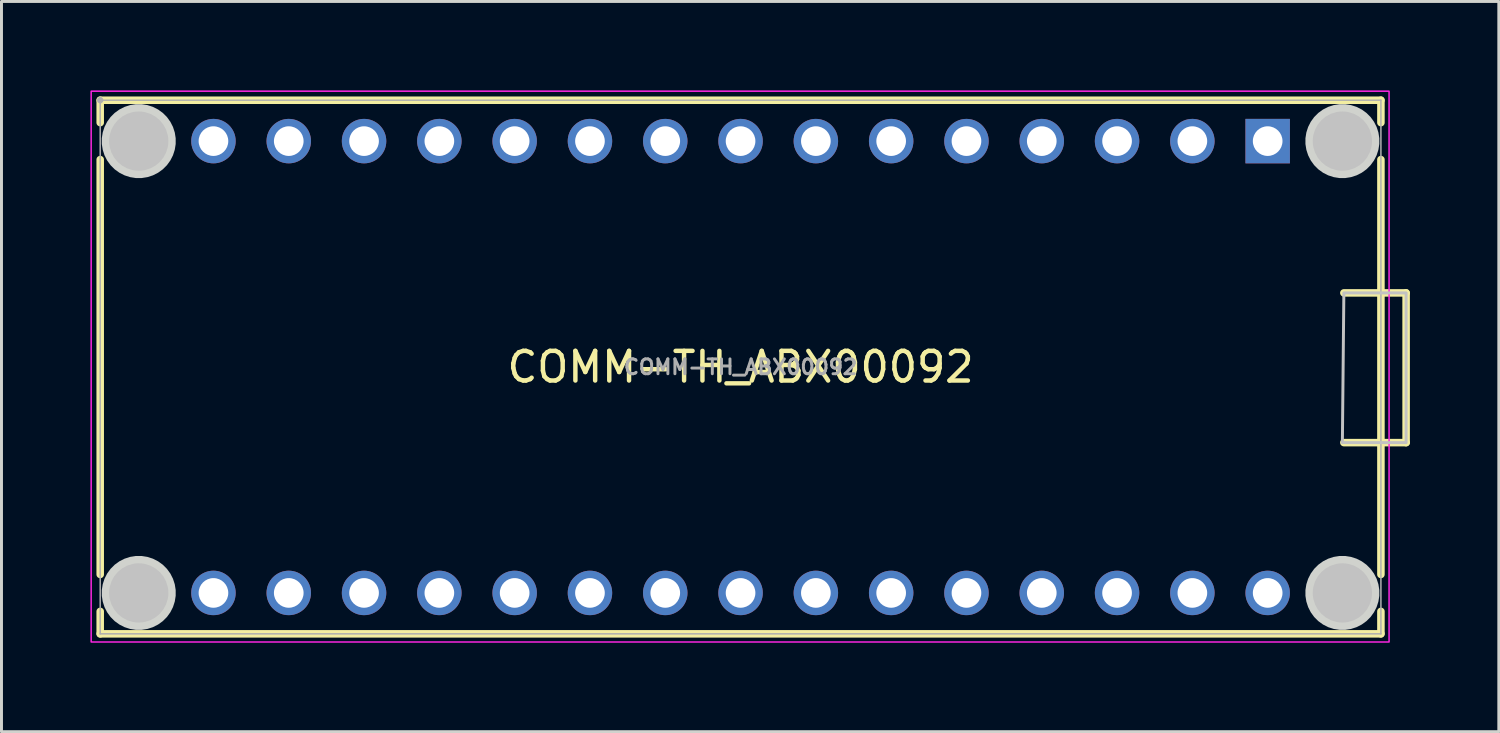
<source format=kicad_pcb>
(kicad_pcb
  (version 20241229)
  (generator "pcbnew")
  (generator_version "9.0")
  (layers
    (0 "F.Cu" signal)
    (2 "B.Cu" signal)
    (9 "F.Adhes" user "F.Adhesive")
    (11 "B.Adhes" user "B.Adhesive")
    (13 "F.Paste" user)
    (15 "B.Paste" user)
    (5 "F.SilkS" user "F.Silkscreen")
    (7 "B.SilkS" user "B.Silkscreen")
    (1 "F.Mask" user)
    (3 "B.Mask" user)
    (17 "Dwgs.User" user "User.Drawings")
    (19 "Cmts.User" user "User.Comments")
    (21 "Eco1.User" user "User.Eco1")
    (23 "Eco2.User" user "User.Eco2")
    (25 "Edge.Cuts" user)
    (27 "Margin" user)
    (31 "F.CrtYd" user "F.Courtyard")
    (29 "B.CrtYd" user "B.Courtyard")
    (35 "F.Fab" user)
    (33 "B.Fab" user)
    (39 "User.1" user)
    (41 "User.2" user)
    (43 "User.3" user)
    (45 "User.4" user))
  (footprint "COMM-TH_ABX00092"
    (layer "F.Cu")
    (at 21.93 9.33)
    (property "Reference" "COMM-TH_ABX00092" (at 0 0 0) (layer "F.SilkS") (effects (font (size 1 1) (thickness 0.15))))
    (fp_line (start -21.6 -9) (end -21.6 -8.243) (stroke (width 0.254) (type default)) (layer "F.SilkS"))
    (fp_line (start -21.6 -6.997) (end -21.6 6.997) (stroke (width 0.254) (type default)) (layer "F.SilkS"))
    (fp_line (start -21.6 8.243) (end -21.6 9) (stroke (width 0.254) (type default)) (layer "F.SilkS"))
    (fp_line (start -21.6 9) (end 21.6 9) (stroke (width 0.254) (type default)) (layer "F.SilkS"))
    (fp_line (start 20.35 -2.5) (end 22.45 -2.5) (stroke (width 0.254) (type default)) (layer "F.SilkS"))
    (fp_line (start 21.6 -9) (end -21.6 -9) (stroke (width 0.254) (type default)) (layer "F.SilkS"))
    (fp_line (start 21.6 -8.243) (end 21.6 -9) (stroke (width 0.254) (type default)) (layer "F.SilkS"))
    (fp_line (start 21.6 6.997) (end 21.6 -6.997) (stroke (width 0.254) (type default)) (layer "F.SilkS"))
    (fp_line (start 21.6 9) (end 21.6 8.243) (stroke (width 0.254) (type default)) (layer "F.SilkS"))
    (fp_line (start 22.45 -2.5) (end 22.45 2.55) (stroke (width 0.254) (type default)) (layer "F.SilkS"))
    (fp_line (start 22.45 2.55) (end 20.35 2.55) (stroke (width 0.254) (type default)) (layer "F.SilkS"))
    (fp_circle (center -20.3 -7.62) (end -19.8 -7.62) (stroke (width 1) (type default)) (fill no) (layer "Dwgs.User"))
    (fp_circle (center -20.3 7.62) (end -19.8 7.62) (stroke (width 1) (type default)) (fill no) (layer "Dwgs.User"))
    (fp_circle (center 20.3 -7.62) (end 20.8 -7.62) (stroke (width 1) (type default)) (fill no) (layer "Dwgs.User"))
    (fp_circle (center 20.3 7.62) (end 20.8 7.62) (stroke (width 1) (type default)) (fill no) (layer "Dwgs.User"))
    (fp_poly (pts (xy 20.35 -2.5) (xy 22.45 -2.5) (xy 22.45 2.55) (xy 20.3 2.55)) (stroke (width 0.1) (type default)) (fill no) (layer "Dwgs.User"))
    (fp_poly (pts (xy -19.054 -7.718) (xy -19.085 -7.912) (xy -19.145 -8.098) (xy -19.234 -8.273) (xy -19.349 -8.432) (xy -19.488 -8.571) (xy -19.647 -8.686) (xy -19.822 -8.775) (xy -20.008 -8.835) (xy -20.202 -8.866) (xy -20.398 -8.866) (xy -20.592 -8.835) (xy -20.778 -8.775) (xy -20.953 -8.686) (xy -21.112 -8.571) (xy -21.251 -8.432) (xy -21.366 -8.273) (xy -21.455 -8.098) (xy -21.515 -7.912) (xy -21.546 -7.718) (xy -21.546 -7.522) (xy -21.515 -7.328) (xy -21.455 -7.142) (xy -21.366 -6.967) (xy -21.251 -6.808) (xy -21.112 -6.669) (xy -20.953 -6.554) (xy -20.778 -6.465) (xy -20.592 -6.405) (xy -20.398 -6.374) (xy -20.202 -6.374) (xy -20.008 -6.405) (xy -19.822 -6.465) (xy -19.647 -6.554) (xy -19.488 -6.669) (xy -19.349 -6.808) (xy -19.234 -6.967) (xy -19.145 -7.142) (xy -19.085 -7.328) (xy -19.054 -7.522)) (stroke (width 0) (type default)) (fill yes) (layer "Edge.Cuts"))
    (fp_poly (pts (xy -19.054 7.522) (xy -19.085 7.328) (xy -19.145 7.142) (xy -19.234 6.967) (xy -19.349 6.808) (xy -19.488 6.669) (xy -19.647 6.554) (xy -19.822 6.465) (xy -20.008 6.405) (xy -20.202 6.374) (xy -20.398 6.374) (xy -20.592 6.405) (xy -20.778 6.465) (xy -20.953 6.554) (xy -21.112 6.669) (xy -21.251 6.808) (xy -21.366 6.967) (xy -21.455 7.142) (xy -21.515 7.328) (xy -21.546 7.522) (xy -21.546 7.718) (xy -21.515 7.912) (xy -21.455 8.098) (xy -21.366 8.273) (xy -21.251 8.432) (xy -21.112 8.571) (xy -20.953 8.686) (xy -20.778 8.775) (xy -20.592 8.835) (xy -20.398 8.866) (xy -20.202 8.866) (xy -20.008 8.835) (xy -19.822 8.775) (xy -19.647 8.686) (xy -19.488 8.571) (xy -19.349 8.432) (xy -19.234 8.273) (xy -19.145 8.098) (xy -19.085 7.912) (xy -19.054 7.718)) (stroke (width 0) (type default)) (fill yes) (layer "Edge.Cuts"))
    (fp_poly (pts (xy 21.546 -7.718) (xy 21.515 -7.912) (xy 21.455 -8.098) (xy 21.366 -8.273) (xy 21.251 -8.432) (xy 21.112 -8.571) (xy 20.953 -8.686) (xy 20.778 -8.775) (xy 20.592 -8.835) (xy 20.398 -8.866) (xy 20.202 -8.866) (xy 20.008 -8.835) (xy 19.822 -8.775) (xy 19.647 -8.686) (xy 19.488 -8.571) (xy 19.349 -8.432) (xy 19.234 -8.273) (xy 19.145 -8.098) (xy 19.085 -7.912) (xy 19.054 -7.718) (xy 19.054 -7.522) (xy 19.085 -7.328) (xy 19.145 -7.142) (xy 19.234 -6.967) (xy 19.349 -6.808) (xy 19.488 -6.669) (xy 19.647 -6.554) (xy 19.822 -6.465) (xy 20.008 -6.405) (xy 20.202 -6.374) (xy 20.398 -6.374) (xy 20.592 -6.405) (xy 20.778 -6.465) (xy 20.953 -6.554) (xy 21.112 -6.669) (xy 21.251 -6.808) (xy 21.366 -6.967) (xy 21.455 -7.142) (xy 21.515 -7.328) (xy 21.546 -7.522)) (stroke (width 0) (type default)) (fill yes) (layer "Edge.Cuts"))
    (fp_poly (pts (xy 21.546 7.522) (xy 21.515 7.328) (xy 21.455 7.142) (xy 21.366 6.967) (xy 21.251 6.808) (xy 21.112 6.669) (xy 20.953 6.554) (xy 20.778 6.465) (xy 20.592 6.405) (xy 20.398 6.374) (xy 20.202 6.374) (xy 20.008 6.405) (xy 19.822 6.465) (xy 19.647 6.554) (xy 19.488 6.669) (xy 19.349 6.808) (xy 19.234 6.967) (xy 19.145 7.142) (xy 19.085 7.328) (xy 19.054 7.522) (xy 19.054 7.718) (xy 19.085 7.912) (xy 19.145 8.098) (xy 19.234 8.273) (xy 19.349 8.432) (xy 19.488 8.571) (xy 19.647 8.686) (xy 19.822 8.775) (xy 20.008 8.835) (xy 20.202 8.866) (xy 20.398 8.866) (xy 20.592 8.835) (xy 20.778 8.775) (xy 20.953 8.686) (xy 21.112 8.571) (xy 21.251 8.432) (xy 21.366 8.273) (xy 21.455 8.098) (xy 21.515 7.912) (xy 21.546 7.718)) (stroke (width 0) (type default)) (fill yes) (layer "Edge.Cuts"))
    (fp_rect (start -21.905 -9.305) (end 21.875 9.275) (stroke (width 0.05) (type default)) (fill no) (layer "F.CrtYd"))
    (fp_line (start -21.6 -9) (end 21.6 -9) (stroke (width 0.051) (type default)) (layer "F.Fab"))
    (fp_line (start -21.6 9) (end -21.6 -9) (stroke (width 0.051) (type default)) (layer "F.Fab"))
    (fp_line (start 21.6 -9) (end 21.6 9) (stroke (width 0.051) (type default)) (layer "F.Fab"))
    (fp_line (start 21.6 9) (end -21.6 9) (stroke (width 0.051) (type default)) (layer "F.Fab"))
    (fp_poly (pts (xy -21.545 -9.023) (xy -21.577 -9.055) (xy -21.623 -9.055) (xy -21.655 -9.023) (xy -21.655 -8.977) (xy -21.623 -8.945) (xy -21.577 -8.945) (xy -21.545 -8.977)) (stroke (width 0.1) (type default)) (fill no) (layer "F.Fab"))
    (fp_poly (pts (xy -18.1 -7.94) (xy -17.46 -7.94) (xy -17.46 -7.3) (xy -18.1 -7.3)) (stroke (width 0.1) (type default)) (fill no) (layer "User.1"))
    (fp_poly (pts (xy -18.1 7.3) (xy -17.46 7.3) (xy -17.46 7.94) (xy -18.1 7.94)) (stroke (width 0.1) (type default)) (fill no) (layer "User.1"))
    (fp_poly (pts (xy -15.56 -7.94) (xy -14.92 -7.94) (xy -14.92 -7.3) (xy -15.56 -7.3)) (stroke (width 0.1) (type default)) (fill no) (layer "User.1"))
    (fp_poly (pts (xy -15.56 7.3) (xy -14.92 7.3) (xy -14.92 7.94) (xy -15.56 7.94)) (stroke (width 0.1) (type default)) (fill no) (layer "User.1"))
    (fp_poly (pts (xy -13.02 -7.94) (xy -12.38 -7.94) (xy -12.38 -7.3) (xy -13.02 -7.3)) (stroke (width 0.1) (type default)) (fill no) (layer "User.1"))
    (fp_poly (pts (xy -13.02 7.3) (xy -12.38 7.3) (xy -12.38 7.94) (xy -13.02 7.94)) (stroke (width 0.1) (type default)) (fill no) (layer "User.1"))
    (fp_poly (pts (xy -10.48 -7.94) (xy -9.84 -7.94) (xy -9.84 -7.3) (xy -10.48 -7.3)) (stroke (width 0.1) (type default)) (fill no) (layer "User.1"))
    (fp_poly (pts (xy -10.48 7.3) (xy -9.84 7.3) (xy -9.84 7.94) (xy -10.48 7.94)) (stroke (width 0.1) (type default)) (fill no) (layer "User.1"))
    (fp_poly (pts (xy -7.94 -7.94) (xy -7.3 -7.94) (xy -7.3 -7.3) (xy -7.94 -7.3)) (stroke (width 0.1) (type default)) (fill no) (layer "User.1"))
    (fp_poly (pts (xy -7.94 7.3) (xy -7.3 7.3) (xy -7.3 7.94) (xy -7.94 7.94)) (stroke (width 0.1) (type default)) (fill no) (layer "User.1"))
    (fp_poly (pts (xy -5.4 -7.94) (xy -4.76 -7.94) (xy -4.76 -7.3) (xy -5.4 -7.3)) (stroke (width 0.1) (type default)) (fill no) (layer "User.1"))
    (fp_poly (pts (xy -5.4 7.3) (xy -4.76 7.3) (xy -4.76 7.94) (xy -5.4 7.94)) (stroke (width 0.1) (type default)) (fill no) (layer "User.1"))
    (fp_poly (pts (xy -2.86 -7.94) (xy -2.22 -7.94) (xy -2.22 -7.3) (xy -2.86 -7.3)) (stroke (width 0.1) (type default)) (fill no) (layer "User.1"))
    (fp_poly (pts (xy -2.86 7.3) (xy -2.22 7.3) (xy -2.22 7.94) (xy -2.86 7.94)) (stroke (width 0.1) (type default)) (fill no) (layer "User.1"))
    (fp_poly (pts (xy -0.32 -7.94) (xy 0.32 -7.94) (xy 0.32 -7.3) (xy -0.32 -7.3)) (stroke (width 0.1) (type default)) (fill no) (layer "User.1"))
    (fp_poly (pts (xy -0.32 7.3) (xy 0.32 7.3) (xy 0.32 7.94) (xy -0.32 7.94)) (stroke (width 0.1) (type default)) (fill no) (layer "User.1"))
    (fp_poly (pts (xy 2.22 -7.94) (xy 2.86 -7.94) (xy 2.86 -7.3) (xy 2.22 -7.3)) (stroke (width 0.1) (type default)) (fill no) (layer "User.1"))
    (fp_poly (pts (xy 2.22 7.3) (xy 2.86 7.3) (xy 2.86 7.94) (xy 2.22 7.94)) (stroke (width 0.1) (type default)) (fill no) (layer "User.1"))
    (fp_poly (pts (xy 4.76 -7.94) (xy 5.4 -7.94) (xy 5.4 -7.3) (xy 4.76 -7.3)) (stroke (width 0.1) (type default)) (fill no) (layer "User.1"))
    (fp_poly (pts (xy 4.76 7.3) (xy 5.4 7.3) (xy 5.4 7.94) (xy 4.76 7.94)) (stroke (width 0.1) (type default)) (fill no) (layer "User.1"))
    (fp_poly (pts (xy 7.3 -7.94) (xy 7.94 -7.94) (xy 7.94 -7.3) (xy 7.3 -7.3)) (stroke (width 0.1) (type default)) (fill no) (layer "User.1"))
    (fp_poly (pts (xy 7.3 7.3) (xy 7.94 7.3) (xy 7.94 7.94) (xy 7.3 7.94)) (stroke (width 0.1) (type default)) (fill no) (layer "User.1"))
    (fp_poly (pts (xy 9.84 -7.94) (xy 10.48 -7.94) (xy 10.48 -7.3) (xy 9.84 -7.3)) (stroke (width 0.1) (type default)) (fill no) (layer "User.1"))
    (fp_poly (pts (xy 9.84 7.3) (xy 10.48 7.3) (xy 10.48 7.94) (xy 9.84 7.94)) (stroke (width 0.1) (type default)) (fill no) (layer "User.1"))
    (fp_poly (pts (xy 12.38 -7.94) (xy 13.02 -7.94) (xy 13.02 -7.3) (xy 12.38 -7.3)) (stroke (width 0.1) (type default)) (fill no) (layer "User.1"))
    (fp_poly (pts (xy 12.38 7.3) (xy 13.02 7.3) (xy 13.02 7.94) (xy 12.38 7.94)) (stroke (width 0.1) (type default)) (fill no) (layer "User.1"))
    (fp_poly (pts (xy 14.92 -7.94) (xy 15.56 -7.94) (xy 15.56 -7.3) (xy 14.92 -7.3)) (stroke (width 0.1) (type default)) (fill no) (layer "User.1"))
    (fp_poly (pts (xy 14.92 7.3) (xy 15.56 7.3) (xy 15.56 7.94) (xy 14.92 7.94)) (stroke (width 0.1) (type default)) (fill no) (layer "User.1"))
    (fp_poly (pts (xy 17.46 -7.94) (xy 18.1 -7.94) (xy 18.1 -7.3) (xy 17.46 -7.3)) (stroke (width 0.1) (type default)) (fill no) (layer "User.1"))
    (fp_poly (pts (xy 17.46 7.3) (xy 18.1 7.3) (xy 18.1 7.94) (xy 17.46 7.94)) (stroke (width 0.1) (type default)) (fill no) (layer "User.1"))
    (fp_text user "${REFERENCE}" (at 0 0 0) (layer "F.Fab") (effects (font (size 0.5 0.5) (thickness 0.1))))
    (pad "A1" thru_hole circle (at -17.78 -7.62) (size 1.5 1.5) (drill 1) (layers "*.Cu" "*.Mask"))
    (pad "A2" thru_hole circle (at -15.24 -7.62) (size 1.5 1.5) (drill 1) (layers "*.Cu" "*.Mask"))
    (pad "A3" thru_hole circle (at -12.7 -7.62) (size 1.5 1.5) (drill 1) (layers "*.Cu" "*.Mask"))
    (pad "A4" thru_hole circle (at -10.16 -7.62) (size 1.5 1.5) (drill 1) (layers "*.Cu" "*.Mask"))
    (pad "A5" thru_hole circle (at -7.62 -7.62) (size 1.5 1.5) (drill 1) (layers "*.Cu" "*.Mask"))
    (pad "A6" thru_hole circle (at -5.08 -7.62) (size 1.5 1.5) (drill 1) (layers "*.Cu" "*.Mask"))
    (pad "A7" thru_hole circle (at -2.54 -7.62) (size 1.5 1.5) (drill 1) (layers "*.Cu" "*.Mask"))
    (pad "A8" thru_hole circle (at 0 -7.62) (size 1.5 1.5) (drill 1) (layers "*.Cu" "*.Mask"))
    (pad "A9" thru_hole circle (at 2.54 -7.62) (size 1.5 1.5) (drill 1) (layers "*.Cu" "*.Mask"))
    (pad "A10" thru_hole circle (at 5.08 -7.62) (size 1.5 1.5) (drill 1) (layers "*.Cu" "*.Mask"))
    (pad "A11" thru_hole circle (at 7.62 -7.62) (size 1.5 1.5) (drill 1) (layers "*.Cu" "*.Mask"))
    (pad "A12" thru_hole circle (at 10.16 -7.62) (size 1.5 1.5) (drill 1) (layers "*.Cu" "*.Mask"))
    (pad "A13" thru_hole circle (at 12.7 -7.62) (size 1.5 1.5) (drill 1) (layers "*.Cu" "*.Mask"))
    (pad "A14" thru_hole circle (at 15.24 -7.62) (size 1.5 1.5) (drill 1) (layers "*.Cu" "*.Mask"))
    (pad "A15" thru_hole rect (at 17.78 -7.62) (size 1.5 1.5) (drill 1) (layers "*.Cu" "*.Mask"))
    (pad "B1" thru_hole circle (at -17.78 7.62) (size 1.5 1.5) (drill 1) (layers "*.Cu" "*.Mask"))
    (pad "B2" thru_hole circle (at -15.24 7.62) (size 1.5 1.5) (drill 1) (layers "*.Cu" "*.Mask"))
    (pad "B3" thru_hole circle (at -12.7 7.62) (size 1.5 1.5) (drill 1) (layers "*.Cu" "*.Mask"))
    (pad "B4" thru_hole circle (at -10.16 7.62) (size 1.5 1.5) (drill 1) (layers "*.Cu" "*.Mask"))
    (pad "B5" thru_hole circle (at -7.62 7.62) (size 1.5 1.5) (drill 1) (layers "*.Cu" "*.Mask"))
    (pad "B6" thru_hole circle (at -5.08 7.62) (size 1.5 1.5) (drill 1) (layers "*.Cu" "*.Mask"))
    (pad "B7" thru_hole circle (at -2.54 7.62) (size 1.5 1.5) (drill 1) (layers "*.Cu" "*.Mask"))
    (pad "B8" thru_hole circle (at 0 7.62) (size 1.5 1.5) (drill 1) (layers "*.Cu" "*.Mask"))
    (pad "B9" thru_hole circle (at 2.54 7.62) (size 1.5 1.5) (drill 1) (layers "*.Cu" "*.Mask"))
    (pad "B10" thru_hole circle (at 5.08 7.62) (size 1.5 1.5) (drill 1) (layers "*.Cu" "*.Mask"))
    (pad "B11" thru_hole circle (at 7.62 7.62) (size 1.5 1.5) (drill 1) (layers "*.Cu" "*.Mask"))
    (pad "B12" thru_hole circle (at 10.16 7.62) (size 1.5 1.5) (drill 1) (layers "*.Cu" "*.Mask"))
    (pad "B13" thru_hole circle (at 12.7 7.62) (size 1.5 1.5) (drill 1) (layers "*.Cu" "*.Mask"))
    (pad "B14" thru_hole circle (at 15.24 7.62) (size 1.5 1.5) (drill 1) (layers "*.Cu" "*.Mask"))
    (pad "B15" thru_hole circle (at 17.78 7.62) (size 1.5 1.5) (drill 1) (layers "*.Cu" "*.Mask")))
  (gr_rect
    (start -3 -3)
    (end 47.507 21.631)
    (stroke (width 0.1) (type default))
    (fill no)
    (layer "Edge.Cuts")))
</source>
